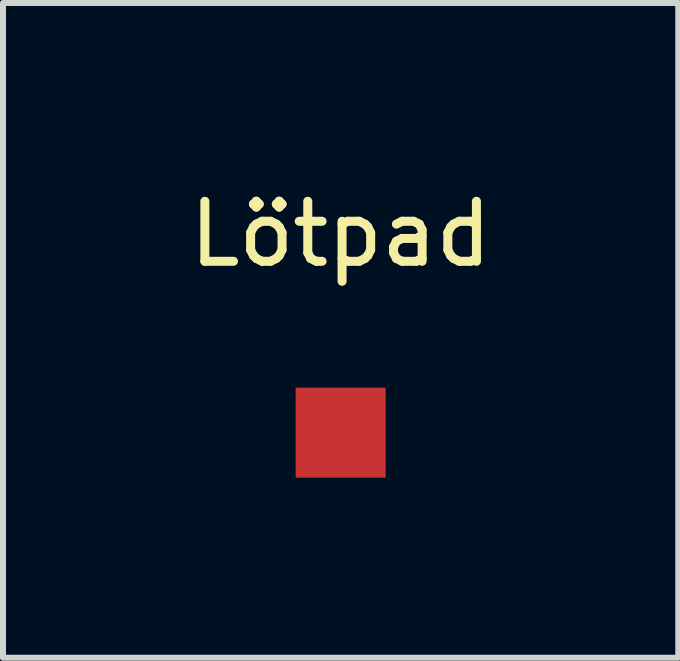
<source format=kicad_pcb>
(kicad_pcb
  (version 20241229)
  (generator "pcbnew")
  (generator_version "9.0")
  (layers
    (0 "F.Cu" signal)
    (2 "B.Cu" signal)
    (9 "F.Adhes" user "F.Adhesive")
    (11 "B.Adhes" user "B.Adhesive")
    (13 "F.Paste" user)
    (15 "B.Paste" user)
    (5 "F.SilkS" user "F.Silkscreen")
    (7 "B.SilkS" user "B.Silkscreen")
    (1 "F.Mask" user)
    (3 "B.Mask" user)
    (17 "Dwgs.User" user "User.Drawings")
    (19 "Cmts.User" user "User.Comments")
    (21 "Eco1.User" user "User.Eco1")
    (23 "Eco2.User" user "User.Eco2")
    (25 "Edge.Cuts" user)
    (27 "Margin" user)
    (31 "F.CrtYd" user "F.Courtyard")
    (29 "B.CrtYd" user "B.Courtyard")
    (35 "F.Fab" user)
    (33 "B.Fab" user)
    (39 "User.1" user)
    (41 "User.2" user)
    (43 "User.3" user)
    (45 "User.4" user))
  (footprint "Lötpad"
    (layer "F.Cu")
    (at 2.625 4.158)
    (property "Reference" "Lötpad" (at 0 -3.31 0) (layer "F.SilkS") (effects (font (size 1 1) (thickness 0.15))))
    (attr through_hole)
    (pad "1" smd rect (at 0 0) (size 1.5 1.5) (layers "F.Cu" "F.Mask" "F.Paste")))
  (gr_rect
    (start -3 -3)
    (end 8.25 7.908)
    (stroke (width 0.1) (type default))
    (fill no)
    (layer "Edge.Cuts")))
</source>
